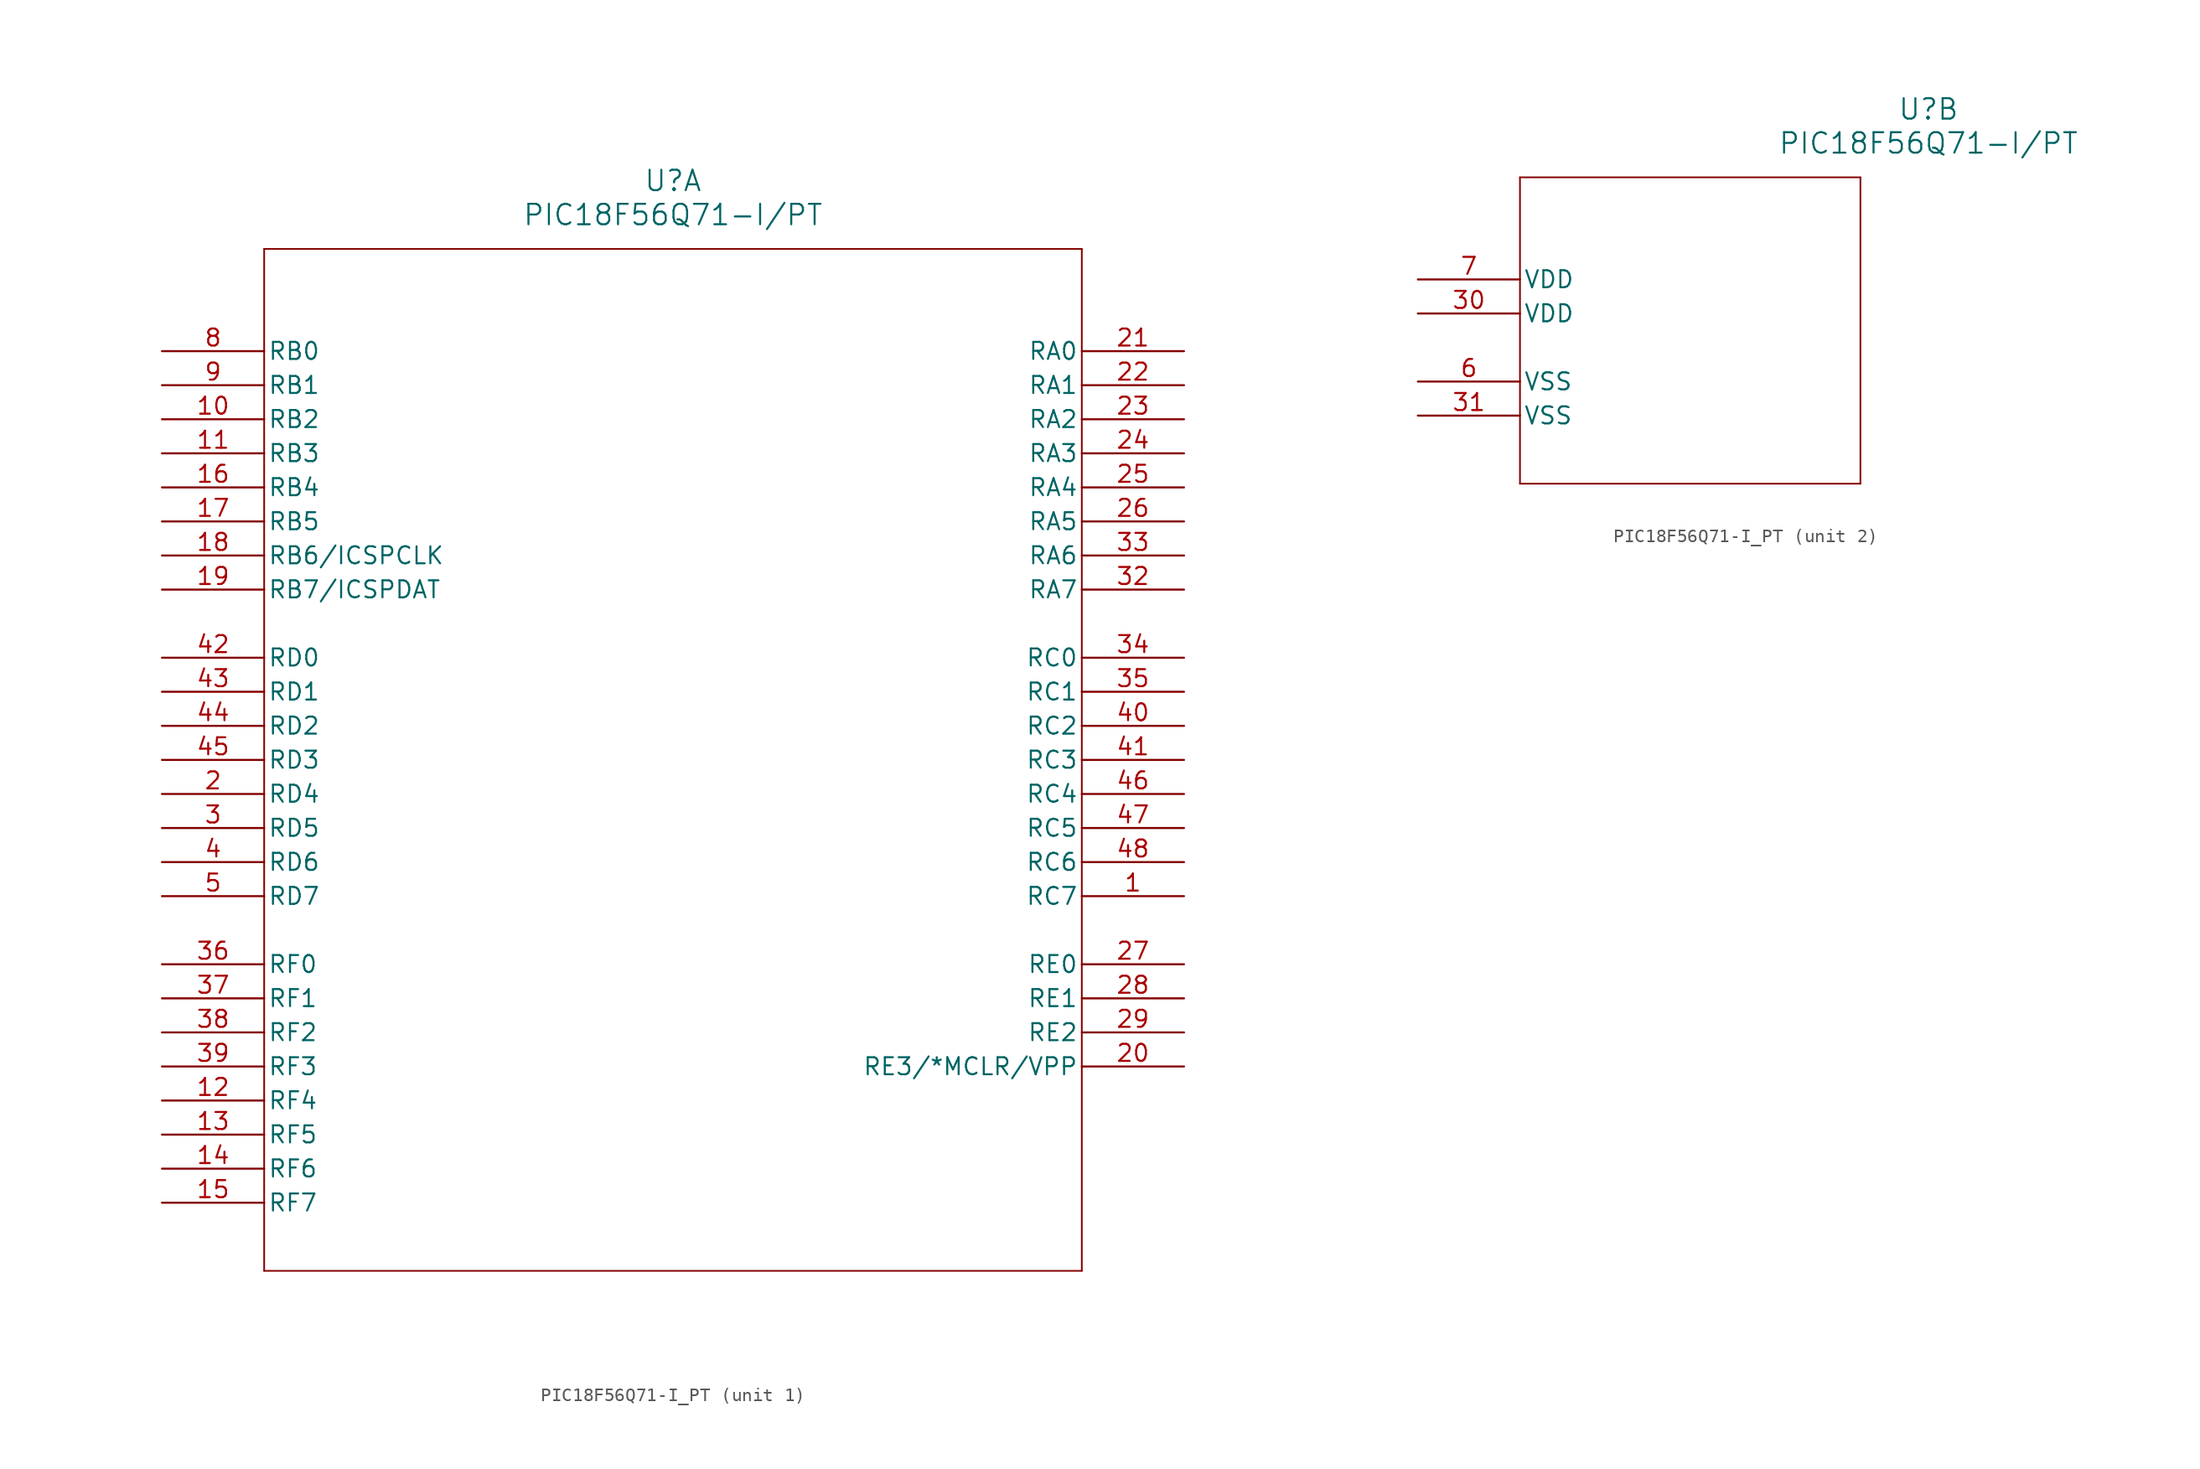
<source format=kicad_sym>
(kicad_symbol_lib
  (version 20211014)
  (generator kicad_symbol_editor)
  (symbol "PIC18F56Q71-I_PT"
    (pin_names
      (offset 0.254))
    (property "Reference" "U"
      (at 38.1 12.7 0)
      (effects (font (size 1.524 1.524))))
    (property "Value" "PIC18F56Q71-I/PT"
      (at 38.1 10.16 0)
      (effects (font (size 1.524 1.524))))
    (symbol "PIC18F56Q71-I_PT_1_1"
      (polyline (pts (xy 7.62 7.62) (xy 7.62 -68.58)) (stroke (width 0.127) (type default) (color 0 0 0 0)) (fill (type none)))
      (polyline (pts (xy 7.62 -68.58) (xy 68.58 -68.58)) (stroke (width 0.127) (type default) (color 0 0 0 0)) (fill (type none)))
      (polyline (pts (xy 68.58 -68.58) (xy 68.58 7.62)) (stroke (width 0.127) (type default) (color 0 0 0 0)) (fill (type none)))
      (polyline (pts (xy 68.58 7.62) (xy 7.62 7.62)) (stroke (width 0.127) (type default) (color 0 0 0 0)) (fill (type none)))
      (pin bidirectional line (at 76.2 -40.64 180) (length 7.62) (name "RC7" (effects (font (size 1.27 1.27)))) (number "1" (effects (font (size 1.27 1.27)))))
      (pin bidirectional line (at 0 -33.02 0) (length 7.62) (name "RD4" (effects (font (size 1.27 1.27)))) (number "2" (effects (font (size 1.27 1.27)))))
      (pin bidirectional line (at 0 -35.56 0) (length 7.62) (name "RD5" (effects (font (size 1.27 1.27)))) (number "3" (effects (font (size 1.27 1.27)))))
      (pin bidirectional line (at 0 -38.1 0) (length 7.62) (name "RD6" (effects (font (size 1.27 1.27)))) (number "4" (effects (font (size 1.27 1.27)))))
      (pin bidirectional line (at 0 -40.64 0) (length 7.62) (name "RD7" (effects (font (size 1.27 1.27)))) (number "5" (effects (font (size 1.27 1.27)))))
      (pin bidirectional line (at 0 0 0) (length 7.62) (name "RB0" (effects (font (size 1.27 1.27)))) (number "8" (effects (font (size 1.27 1.27)))))
      (pin bidirectional line (at 0 -2.54 0) (length 7.62) (name "RB1" (effects (font (size 1.27 1.27)))) (number "9" (effects (font (size 1.27 1.27)))))
      (pin bidirectional line (at 0 -5.08 0) (length 7.62) (name "RB2" (effects (font (size 1.27 1.27)))) (number "10" (effects (font (size 1.27 1.27)))))
      (pin bidirectional line (at 0 -7.62 0) (length 7.62) (name "RB3" (effects (font (size 1.27 1.27)))) (number "11" (effects (font (size 1.27 1.27)))))
      (pin bidirectional line (at 0 -55.88 0) (length 7.62) (name "RF4" (effects (font (size 1.27 1.27)))) (number "12" (effects (font (size 1.27 1.27)))))
      (pin bidirectional line (at 0 -58.42 0) (length 7.62) (name "RF5" (effects (font (size 1.27 1.27)))) (number "13" (effects (font (size 1.27 1.27)))))
      (pin bidirectional line (at 0 -60.96 0) (length 7.62) (name "RF6" (effects (font (size 1.27 1.27)))) (number "14" (effects (font (size 1.27 1.27)))))
      (pin bidirectional line (at 0 -63.5 0) (length 7.62) (name "RF7" (effects (font (size 1.27 1.27)))) (number "15" (effects (font (size 1.27 1.27)))))
      (pin bidirectional line (at 0 -10.16 0) (length 7.62) (name "RB4" (effects (font (size 1.27 1.27)))) (number "16" (effects (font (size 1.27 1.27)))))
      (pin bidirectional line (at 0 -12.7 0) (length 7.62) (name "RB5" (effects (font (size 1.27 1.27)))) (number "17" (effects (font (size 1.27 1.27)))))
      (pin bidirectional line (at 0 -15.24 0) (length 7.62) (name "RB6/ICSPCLK" (effects (font (size 1.27 1.27)))) (number "18" (effects (font (size 1.27 1.27)))))
      (pin bidirectional line (at 0 -17.78 0) (length 7.62) (name "RB7/ICSPDAT" (effects (font (size 1.27 1.27)))) (number "19" (effects (font (size 1.27 1.27)))))
      (pin bidirectional line (at 76.2 -53.34 180) (length 7.62) (name "RE3/*MCLR/VPP" (effects (font (size 1.27 1.27)))) (number "20" (effects (font (size 1.27 1.27)))))
      (pin bidirectional line (at 76.2 0 180) (length 7.62) (name "RA0" (effects (font (size 1.27 1.27)))) (number "21" (effects (font (size 1.27 1.27)))))
      (pin bidirectional line (at 76.2 -2.54 180) (length 7.62) (name "RA1" (effects (font (size 1.27 1.27)))) (number "22" (effects (font (size 1.27 1.27)))))
      (pin bidirectional line (at 76.2 -5.08 180) (length 7.62) (name "RA2" (effects (font (size 1.27 1.27)))) (number "23" (effects (font (size 1.27 1.27)))))
      (pin bidirectional line (at 76.2 -7.62 180) (length 7.62) (name "RA3" (effects (font (size 1.27 1.27)))) (number "24" (effects (font (size 1.27 1.27)))))
      (pin bidirectional line (at 76.2 -10.16 180) (length 7.62) (name "RA4" (effects (font (size 1.27 1.27)))) (number "25" (effects (font (size 1.27 1.27)))))
      (pin bidirectional line (at 76.2 -12.7 180) (length 7.62) (name "RA5" (effects (font (size 1.27 1.27)))) (number "26" (effects (font (size 1.27 1.27)))))
      (pin bidirectional line (at 76.2 -45.72 180) (length 7.62) (name "RE0" (effects (font (size 1.27 1.27)))) (number "27" (effects (font (size 1.27 1.27)))))
      (pin bidirectional line (at 76.2 -48.26 180) (length 7.62) (name "RE1" (effects (font (size 1.27 1.27)))) (number "28" (effects (font (size 1.27 1.27)))))
      (pin bidirectional line (at 76.2 -50.8 180) (length 7.62) (name "RE2" (effects (font (size 1.27 1.27)))) (number "29" (effects (font (size 1.27 1.27)))))
      (pin bidirectional line (at 76.2 -17.78 180) (length 7.62) (name "RA7" (effects (font (size 1.27 1.27)))) (number "32" (effects (font (size 1.27 1.27)))))
      (pin bidirectional line (at 76.2 -15.24 180) (length 7.62) (name "RA6" (effects (font (size 1.27 1.27)))) (number "33" (effects (font (size 1.27 1.27)))))
      (pin bidirectional line (at 76.2 -22.86 180) (length 7.62) (name "RC0" (effects (font (size 1.27 1.27)))) (number "34" (effects (font (size 1.27 1.27)))))
      (pin bidirectional line (at 76.2 -25.4 180) (length 7.62) (name "RC1" (effects (font (size 1.27 1.27)))) (number "35" (effects (font (size 1.27 1.27)))))
      (pin bidirectional line (at 0 -45.72 0) (length 7.62) (name "RF0" (effects (font (size 1.27 1.27)))) (number "36" (effects (font (size 1.27 1.27)))))
      (pin bidirectional line (at 0 -48.26 0) (length 7.62) (name "RF1" (effects (font (size 1.27 1.27)))) (number "37" (effects (font (size 1.27 1.27)))))
      (pin bidirectional line (at 0 -50.8 0) (length 7.62) (name "RF2" (effects (font (size 1.27 1.27)))) (number "38" (effects (font (size 1.27 1.27)))))
      (pin bidirectional line (at 0 -53.34 0) (length 7.62) (name "RF3" (effects (font (size 1.27 1.27)))) (number "39" (effects (font (size 1.27 1.27)))))
      (pin bidirectional line (at 76.2 -27.94 180) (length 7.62) (name "RC2" (effects (font (size 1.27 1.27)))) (number "40" (effects (font (size 1.27 1.27)))))
      (pin bidirectional line (at 76.2 -30.48 180) (length 7.62) (name "RC3" (effects (font (size 1.27 1.27)))) (number "41" (effects (font (size 1.27 1.27)))))
      (pin bidirectional line (at 0 -22.86 0) (length 7.62) (name "RD0" (effects (font (size 1.27 1.27)))) (number "42" (effects (font (size 1.27 1.27)))))
      (pin bidirectional line (at 0 -25.4 0) (length 7.62) (name "RD1" (effects (font (size 1.27 1.27)))) (number "43" (effects (font (size 1.27 1.27)))))
      (pin bidirectional line (at 0 -27.94 0) (length 7.62) (name "RD2" (effects (font (size 1.27 1.27)))) (number "44" (effects (font (size 1.27 1.27)))))
      (pin bidirectional line (at 0 -30.48 0) (length 7.62) (name "RD3" (effects (font (size 1.27 1.27)))) (number "45" (effects (font (size 1.27 1.27)))))
      (pin bidirectional line (at 76.2 -33.02 180) (length 7.62) (name "RC4" (effects (font (size 1.27 1.27)))) (number "46" (effects (font (size 1.27 1.27)))))
      (pin bidirectional line (at 76.2 -35.56 180) (length 7.62) (name "RC5" (effects (font (size 1.27 1.27)))) (number "47" (effects (font (size 1.27 1.27)))))
      (pin bidirectional line (at 76.2 -38.1 180) (length 7.62) (name "RC6" (effects (font (size 1.27 1.27)))) (number "48" (effects (font (size 1.27 1.27))))))
    (symbol "PIC18F56Q71-I_PT_2_1"
      (polyline (pts (xy 7.62 7.62) (xy 7.62 -15.24)) (stroke (width 0.127) (type default) (color 0 0 0 0)) (fill (type none)))
      (polyline (pts (xy 7.62 -15.24) (xy 33.02 -15.24)) (stroke (width 0.127) (type default) (color 0 0 0 0)) (fill (type none)))
      (polyline (pts (xy 33.02 -15.24) (xy 33.02 7.62)) (stroke (width 0.127) (type default) (color 0 0 0 0)) (fill (type none)))
      (polyline (pts (xy 33.02 7.62) (xy 7.62 7.62)) (stroke (width 0.127) (type default) (color 0 0 0 0)) (fill (type none)))
      (pin power_out line (at 0 -7.62 0) (length 7.62) (name "VSS" (effects (font (size 1.27 1.27)))) (number "6" (effects (font (size 1.27 1.27)))))
      (pin power_in line (at 0 0 0) (length 7.62) (name "VDD" (effects (font (size 1.27 1.27)))) (number "7" (effects (font (size 1.27 1.27)))))
      (pin power_in line (at 0 -2.54 0) (length 7.62) (name "VDD" (effects (font (size 1.27 1.27)))) (number "30" (effects (font (size 1.27 1.27)))))
      (pin power_out line (at 0 -10.16 0) (length 7.62) (name "VSS" (effects (font (size 1.27 1.27)))) (number "31" (effects (font (size 1.27 1.27))))))))
</source>
